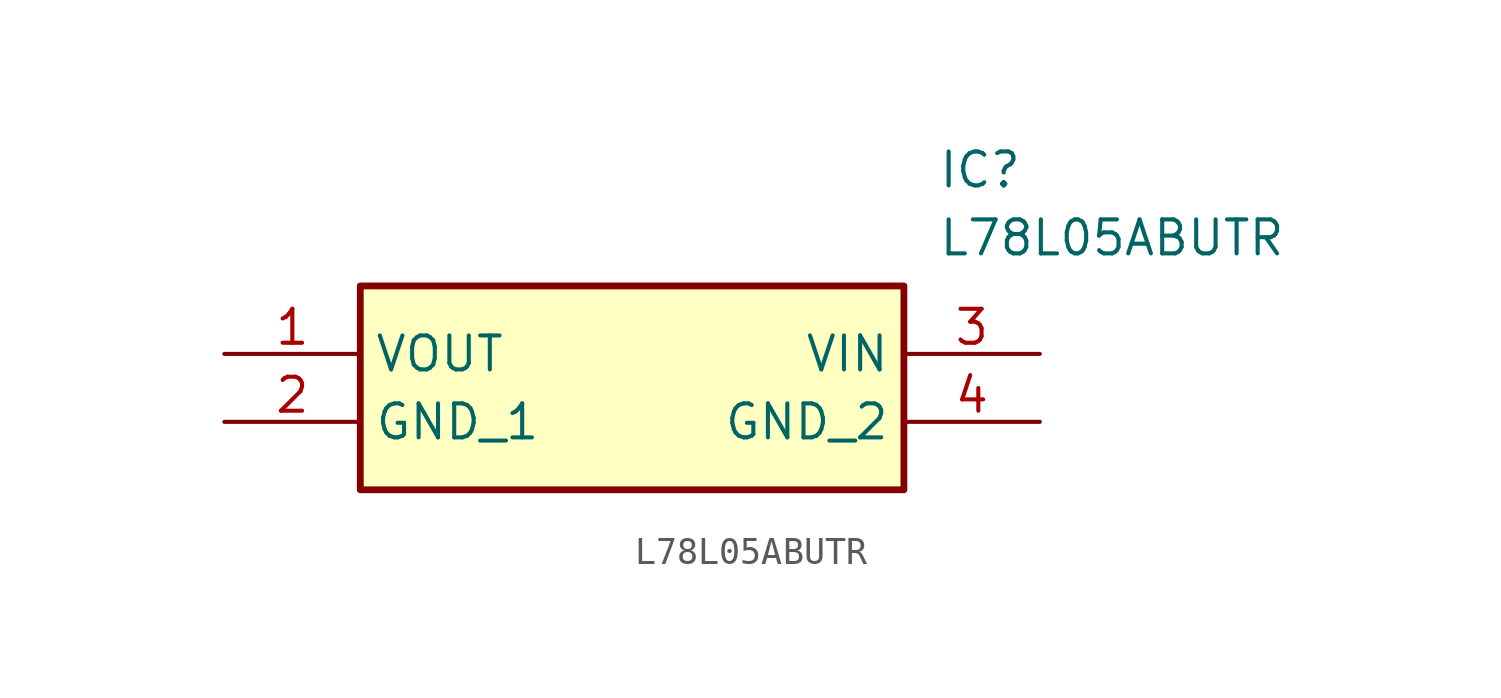
<source format=kicad_sym>
(kicad_symbol_lib
  (version 20211014)
  (generator SamacSys_ECAD_Model)
  (symbol "L78L05ABUTR"
    (property "Reference" "IC"
      (at 26.67 7.62 0)
      (effects (font (size 1.27 1.27)) (justify left top)))
    (property "Value" "L78L05ABUTR"
      (at 26.67 5.08 0)
      (effects (font (size 1.27 1.27)) (justify left top)))
    (rectangle
      (start 5.08 2.54)
      (end 25.4 -5.08)
      (stroke (width 0.254) (type default))
      (fill (type background)))
    (pin passive line
      (at 0 0 0)
      (length 5.08)
      (name "VOUT" (effects (font (size 1.27 1.27))))
      (number "1" (effects (font (size 1.27 1.27)))))
    (pin passive line
      (at 0 -2.54 0)
      (length 5.08)
      (name "GND_1" (effects (font (size 1.27 1.27))))
      (number "2" (effects (font (size 1.27 1.27)))))
    (pin passive line
      (at 30.48 0 180)
      (length 5.08)
      (name "VIN" (effects (font (size 1.27 1.27))))
      (number "3" (effects (font (size 1.27 1.27)))))
    (pin passive line
      (at 30.48 -2.54 180)
      (length 5.08)
      (name "GND_2" (effects (font (size 1.27 1.27))))
      (number "4" (effects (font (size 1.27 1.27)))))))
</source>
